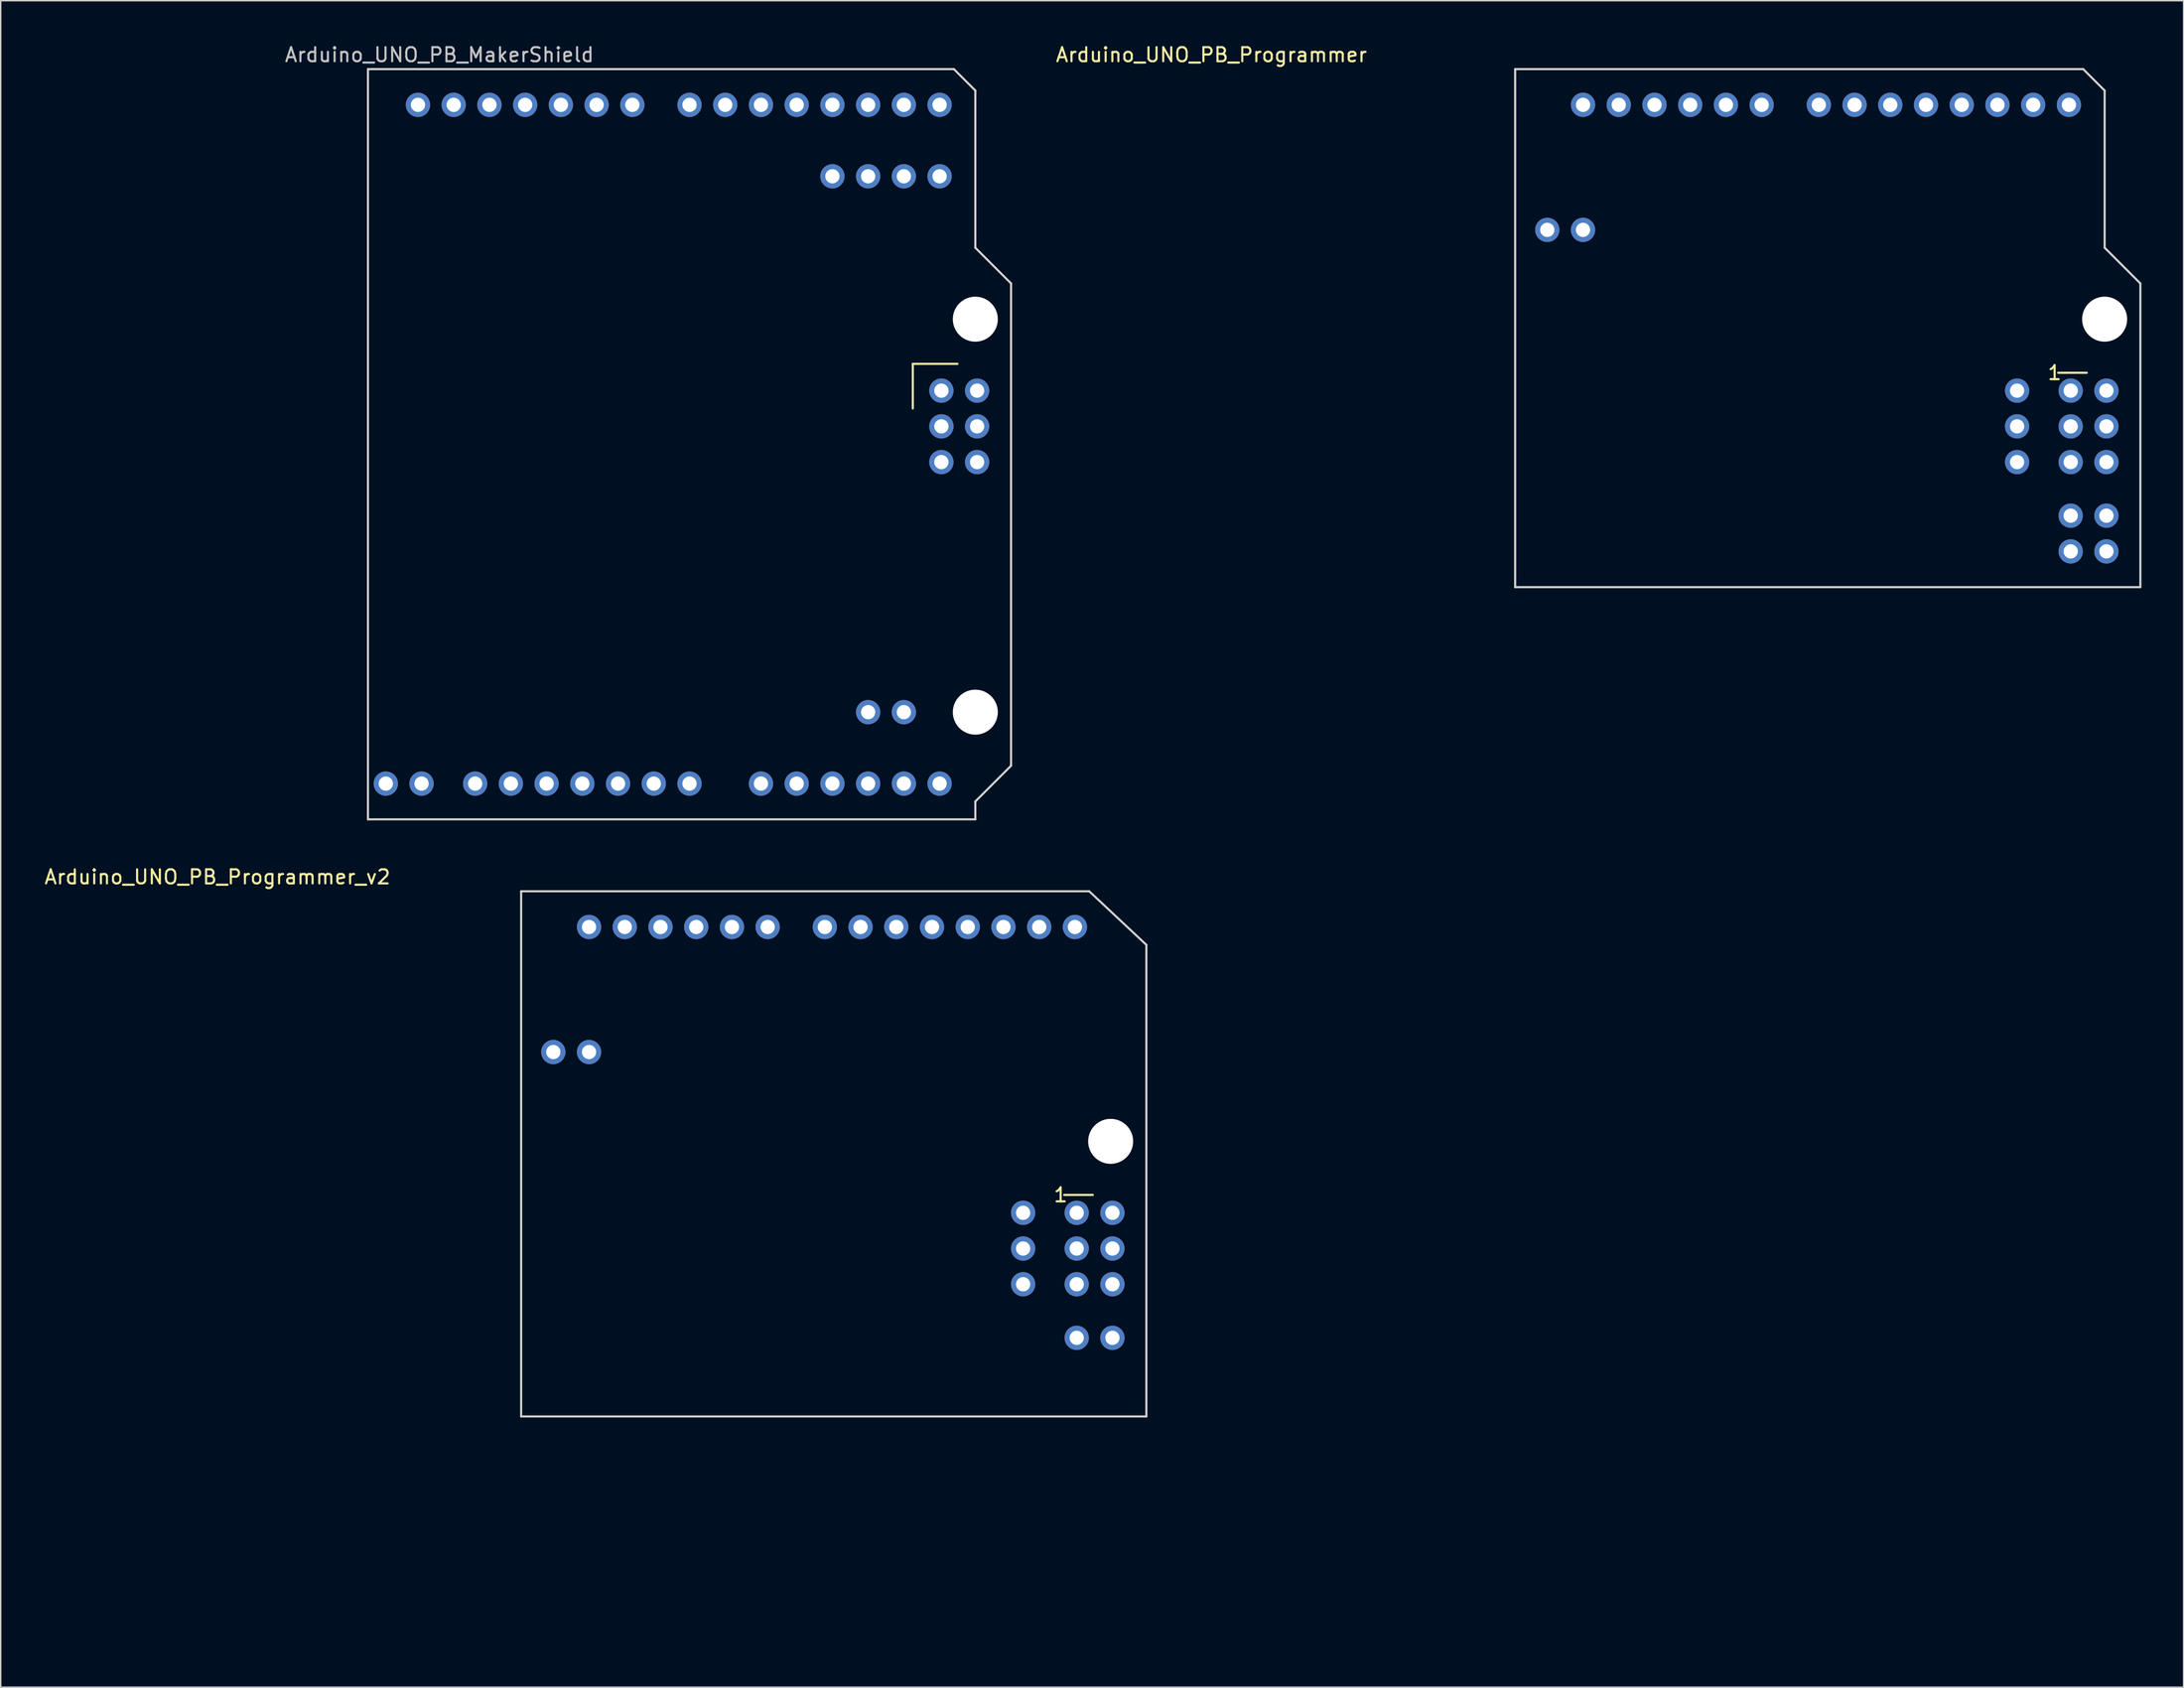
<source format=kicad_pcb>
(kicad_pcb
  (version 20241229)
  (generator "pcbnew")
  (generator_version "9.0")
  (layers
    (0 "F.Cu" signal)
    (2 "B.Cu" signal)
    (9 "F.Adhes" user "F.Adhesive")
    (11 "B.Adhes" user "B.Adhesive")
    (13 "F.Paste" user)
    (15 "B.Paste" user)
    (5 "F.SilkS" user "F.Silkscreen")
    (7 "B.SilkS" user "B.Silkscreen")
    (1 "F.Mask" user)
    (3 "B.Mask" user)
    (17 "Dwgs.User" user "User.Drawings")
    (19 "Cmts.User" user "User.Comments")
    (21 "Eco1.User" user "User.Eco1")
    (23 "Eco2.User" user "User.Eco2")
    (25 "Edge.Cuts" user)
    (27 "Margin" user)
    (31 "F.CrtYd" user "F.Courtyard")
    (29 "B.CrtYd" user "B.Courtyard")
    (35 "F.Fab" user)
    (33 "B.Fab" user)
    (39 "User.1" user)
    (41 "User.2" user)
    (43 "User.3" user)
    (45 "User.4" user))
  (footprint "Arduino_UNO_PB_Programmer_v2"
    (layer "F.Cu")
    (at 9.871 113.659)
    (property "Reference" "Arduino_UNO_PB_Programmer_v2" (at 2.54 -54.356 0) (layer "F.SilkS") (effects (font (size 1 1) (thickness 0.15))))
    (attr through_hole)
    (fp_line (start 62.738 -31.75) (end 64.77 -31.75) (stroke (width 0.15) (type solid)) (layer "F.SilkS"))
    (fp_line (start 24.13 -53.34) (end 64.516 -53.34) (stroke (width 0.15) (type solid)) (layer "Edge.Cuts"))
    (fp_line (start 24.13 -16.002) (end 24.13 -53.34) (stroke (width 0.15) (type solid)) (layer "Edge.Cuts"))
    (fp_line (start 24.13 -16.002) (end 68.58 -16.002) (stroke (width 0.15) (type solid)) (layer "Edge.Cuts"))
    (fp_line (start 64.516 -53.34) (end 68.58 -49.53) (stroke (width 0.15) (type solid)) (layer "Edge.Cuts"))
    (fp_line (start 68.58 -16.002) (end 68.58 -49.53) (stroke (width 0.15) (type solid)) (layer "Edge.Cuts"))
    (fp_text user "1" (at 62.484 -31.75 0) (layer "F.SilkS") (effects (font (size 1 1) (thickness 0.15))))
    (pad "" thru_hole oval (at 59.817 -27.94) (size 1.727 1.727) (drill 1.016) (layers "*.Cu" "*.Mask"))
    (pad "" np_thru_hole circle (at 66.04 -35.56) (size 3.2 3.2) (drill 3.2) (layers "*.Cu" "*.Mask"))
    (pad "3V3" thru_hole oval (at 66.167 -21.59) (size 1.727 1.727) (drill 1.016) (layers "*.Cu" "*.Mask"))
    (pad "D0" thru_hole oval (at 63.5 -50.8) (size 1.727 1.727) (drill 1.016) (layers "*.Cu" "*.Mask"))
    (pad "D1" thru_hole oval (at 60.96 -50.8) (size 1.727 1.727) (drill 1.016) (layers "*.Cu" "*.Mask"))
    (pad "D2" thru_hole oval (at 58.42 -50.8) (size 1.727 1.727) (drill 1.016) (layers "*.Cu" "*.Mask"))
    (pad "D3" thru_hole oval (at 55.88 -50.8) (size 1.727 1.727) (drill 1.016) (layers "*.Cu" "*.Mask"))
    (pad "D4" thru_hole oval (at 53.34 -50.8) (size 1.727 1.727) (drill 1.016) (layers "*.Cu" "*.Mask"))
    (pad "D5" thru_hole oval (at 50.8 -50.8) (size 1.727 1.727) (drill 1.016) (layers "*.Cu" "*.Mask"))
    (pad "D6" thru_hole oval (at 48.26 -50.8) (size 1.727 1.727) (drill 1.016) (layers "*.Cu" "*.Mask"))
    (pad "D7" thru_hole oval (at 45.72 -50.8) (size 1.727 1.727) (drill 1.016) (layers "*.Cu" "*.Mask"))
    (pad "D8" thru_hole oval (at 41.656 -50.8) (size 1.727 1.727) (drill 1.016) (layers "*.Cu" "*.Mask"))
    (pad "D9" thru_hole oval (at 39.116 -50.8) (size 1.727 1.727) (drill 1.016) (layers "*.Cu" "*.Mask"))
    (pad "D10" thru_hole oval (at 36.576 -50.8) (size 1.727 1.727) (drill 1.016) (layers "*.Cu" "*.Mask"))
    (pad "D11" thru_hole oval (at 34.036 -50.8) (size 1.727 1.727) (drill 1.016) (layers "*.Cu" "*.Mask"))
    (pad "D12" thru_hole oval (at 31.496 -50.8) (size 1.727 1.727) (drill 1.016) (layers "*.Cu" "*.Mask"))
    (pad "D13" thru_hole oval (at 28.956 -50.8) (size 1.727 1.727) (drill 1.016) (layers "*.Cu" "*.Mask"))
    (pad "DTR" thru_hole oval (at 26.416 -41.91) (size 1.727 1.727) (drill 1.016) (layers "*.Cu" "*.Mask"))
    (pad "GND" thru_hole oval (at 63.627 -21.59) (size 1.727 1.727) (drill 1.016) (layers "*.Cu" "*.Mask"))
    (pad "GND" thru_hole oval (at 66.167 -25.4) (size 1.727 1.727) (drill 1.016) (layers "*.Cu" "*.Mask"))
    (pad "MISO" thru_hole oval (at 63.627 -30.48) (size 1.727 1.727) (drill 1.016) (layers "*.Cu" "*.Mask"))
    (pad "MOSI" thru_hole oval (at 66.167 -27.94) (size 1.727 1.727) (drill 1.016) (layers "*.Cu" "*.Mask"))
    (pad "RST" thru_hole oval (at 59.817 -25.4) (size 1.727 1.727) (drill 1.016) (layers "*.Cu" "*.Mask"))
    (pad "RST_OUT" thru_hole oval (at 59.817 -30.48) (size 1.727 1.727) (drill 1.016) (layers "*.Cu" "*.Mask"))
    (pad "RST_OUT" thru_hole oval (at 63.627 -25.4) (size 1.727 1.727) (drill 1.016) (layers "*.Cu" "*.Mask"))
    (pad "RTS" thru_hole oval (at 28.956 -41.91) (size 1.727 1.727) (drill 1.016) (layers "*.Cu" "*.Mask"))
    (pad "SCK" thru_hole oval (at 63.627 -27.94) (size 1.727 1.727) (drill 1.016) (layers "*.Cu" "*.Mask"))
    (pad "VCC" thru_hole oval (at 66.167 -30.48) (size 1.727 1.727) (drill 1.016) (layers "*.Cu" "*.Mask")))
  (footprint "Arduino_UNO_PB_Programmer"
    (layer "F.Cu")
    (at 80.538 55.204)
    (property "Reference" "Arduino_UNO_PB_Programmer" (at 2.54 -54.356 0) (layer "F.SilkS") (effects (font (size 1 1) (thickness 0.15))))
    (attr through_hole)
    (fp_line (start 62.738 -31.75) (end 64.77 -31.75) (stroke (width 0.15) (type solid)) (layer "F.SilkS"))
    (fp_line (start 24.13 -53.34) (end 64.516 -53.34) (stroke (width 0.15) (type solid)) (layer "Edge.Cuts"))
    (fp_line (start 24.13 -16.51) (end 24.13 -53.34) (stroke (width 0.15) (type solid)) (layer "Edge.Cuts"))
    (fp_line (start 24.13 -16.51) (end 68.58 -16.51) (stroke (width 0.15) (type solid)) (layer "Edge.Cuts"))
    (fp_line (start 64.516 -53.34) (end 66.04 -51.816) (stroke (width 0.15) (type solid)) (layer "Edge.Cuts"))
    (fp_line (start 66.04 -40.64) (end 66.04 -51.816) (stroke (width 0.15) (type solid)) (layer "Edge.Cuts"))
    (fp_line (start 68.58 -38.1) (end 66.04 -40.64) (stroke (width 0.15) (type solid)) (layer "Edge.Cuts"))
    (fp_line (start 68.58 -16.51) (end 68.58 -38.1) (stroke (width 0.15) (type solid)) (layer "Edge.Cuts"))
    (fp_text user "1" (at 62.484 -31.75 0) (layer "F.SilkS") (effects (font (size 1 1) (thickness 0.15))))
    (pad "" thru_hole oval (at 59.817 -27.94) (size 1.727 1.727) (drill 1.016) (layers "*.Cu" "*.Mask"))
    (pad "" thru_hole oval (at 63.627 -19.05) (size 1.727 1.727) (drill 1.016) (layers "*.Cu" "*.Mask"))
    (pad "" np_thru_hole circle (at 66.04 -35.56) (size 3.2 3.2) (drill 3.2) (layers "*.Cu" "*.Mask"))
    (pad "" thru_hole oval (at 66.167 -19.05) (size 1.727 1.727) (drill 1.016) (layers "*.Cu" "*.Mask"))
    (pad "3V3" thru_hole oval (at 66.167 -21.59) (size 1.727 1.727) (drill 1.016) (layers "*.Cu" "*.Mask"))
    (pad "D0" thru_hole oval (at 63.5 -50.8) (size 1.727 1.727) (drill 1.016) (layers "*.Cu" "*.Mask"))
    (pad "D1" thru_hole oval (at 60.96 -50.8) (size 1.727 1.727) (drill 1.016) (layers "*.Cu" "*.Mask"))
    (pad "D2" thru_hole oval (at 58.42 -50.8) (size 1.727 1.727) (drill 1.016) (layers "*.Cu" "*.Mask"))
    (pad "D3" thru_hole oval (at 55.88 -50.8) (size 1.727 1.727) (drill 1.016) (layers "*.Cu" "*.Mask"))
    (pad "D4" thru_hole oval (at 53.34 -50.8) (size 1.727 1.727) (drill 1.016) (layers "*.Cu" "*.Mask"))
    (pad "D5" thru_hole oval (at 50.8 -50.8) (size 1.727 1.727) (drill 1.016) (layers "*.Cu" "*.Mask"))
    (pad "D6" thru_hole oval (at 48.26 -50.8) (size 1.727 1.727) (drill 1.016) (layers "*.Cu" "*.Mask"))
    (pad "D7" thru_hole oval (at 45.72 -50.8) (size 1.727 1.727) (drill 1.016) (layers "*.Cu" "*.Mask"))
    (pad "D8" thru_hole oval (at 41.656 -50.8) (size 1.727 1.727) (drill 1.016) (layers "*.Cu" "*.Mask"))
    (pad "D9" thru_hole oval (at 39.116 -50.8) (size 1.727 1.727) (drill 1.016) (layers "*.Cu" "*.Mask"))
    (pad "D10" thru_hole oval (at 36.576 -50.8) (size 1.727 1.727) (drill 1.016) (layers "*.Cu" "*.Mask"))
    (pad "D11" thru_hole oval (at 34.036 -50.8) (size 1.727 1.727) (drill 1.016) (layers "*.Cu" "*.Mask"))
    (pad "D12" thru_hole oval (at 31.496 -50.8) (size 1.727 1.727) (drill 1.016) (layers "*.Cu" "*.Mask"))
    (pad "D13" thru_hole oval (at 28.956 -50.8) (size 1.727 1.727) (drill 1.016) (layers "*.Cu" "*.Mask"))
    (pad "DTR" thru_hole oval (at 26.416 -41.91) (size 1.727 1.727) (drill 1.016) (layers "*.Cu" "*.Mask"))
    (pad "GND" thru_hole oval (at 63.627 -21.59) (size 1.727 1.727) (drill 1.016) (layers "*.Cu" "*.Mask"))
    (pad "GND" thru_hole oval (at 66.167 -25.4) (size 1.727 1.727) (drill 1.016) (layers "*.Cu" "*.Mask"))
    (pad "MISO" thru_hole oval (at 63.627 -30.48) (size 1.727 1.727) (drill 1.016) (layers "*.Cu" "*.Mask"))
    (pad "MOSI" thru_hole oval (at 66.167 -27.94) (size 1.727 1.727) (drill 1.016) (layers "*.Cu" "*.Mask"))
    (pad "RST" thru_hole oval (at 59.817 -25.4) (size 1.727 1.727) (drill 1.016) (layers "*.Cu" "*.Mask"))
    (pad "RST_OUT" thru_hole oval (at 59.817 -30.48) (size 1.727 1.727) (drill 1.016) (layers "*.Cu" "*.Mask"))
    (pad "RST_OUT" thru_hole oval (at 63.627 -25.4) (size 1.727 1.727) (drill 1.016) (layers "*.Cu" "*.Mask"))
    (pad "RTS" thru_hole oval (at 28.956 -41.91) (size 1.727 1.727) (drill 1.016) (layers "*.Cu" "*.Mask"))
    (pad "SCK" thru_hole oval (at 63.627 -27.94) (size 1.727 1.727) (drill 1.016) (layers "*.Cu" "*.Mask"))
    (pad "VCC" thru_hole oval (at 66.167 -30.48) (size 1.727 1.727) (drill 1.016) (layers "*.Cu" "*.Mask")))
  (footprint "Arduino_UNO_PB_MakerShield"
    (layer "F.Cu")
    (at 0.25 55.204)
    (property "Reference" "Arduino_UNO_PB_MakerShield" (at 27.94 -54.356 0) (layer "Dwgs.User") (effects (font (size 1 1) (thickness 0.15))))
    (attr through_hole)
    (fp_line (start 61.595 -32.385) (end 61.595 -29.21) (stroke (width 0.15) (type solid)) (layer "F.SilkS"))
    (fp_line (start 61.595 -32.385) (end 64.77 -32.385) (stroke (width 0.15) (type solid)) (layer "F.SilkS"))
    (fp_line (start 22.86 -53.34) (end 64.516 -53.34) (stroke (width 0.15) (type solid)) (layer "Edge.Cuts"))
    (fp_line (start 22.86 0) (end 22.86 -53.34) (stroke (width 0.15) (type solid)) (layer "Edge.Cuts"))
    (fp_line (start 22.86 0) (end 66.04 0) (stroke (width 0.15) (type solid)) (layer "Edge.Cuts"))
    (fp_line (start 64.516 -53.34) (end 66.04 -51.816) (stroke (width 0.15) (type solid)) (layer "Edge.Cuts"))
    (fp_line (start 66.04 -40.64) (end 66.04 -51.816) (stroke (width 0.15) (type solid)) (layer "Edge.Cuts"))
    (fp_line (start 66.04 -1.27) (end 68.58 -3.81) (stroke (width 0.15) (type solid)) (layer "Edge.Cuts"))
    (fp_line (start 66.04 0) (end 66.04 -1.27) (stroke (width 0.15) (type solid)) (layer "Edge.Cuts"))
    (fp_line (start 68.58 -38.1) (end 66.04 -40.64) (stroke (width 0.15) (type solid)) (layer "Edge.Cuts"))
    (fp_line (start 68.58 -3.81) (end 68.58 -38.1) (stroke (width 0.15) (type solid)) (layer "Edge.Cuts"))
    (pad "" np_thru_hole circle (at 66.04 -35.56) (size 3.2 3.2) (drill 3.2) (layers "*.Cu" "*.Mask"))
    (pad "" np_thru_hole circle (at 66.04 -7.62) (size 3.2 3.2) (drill 3.2) (layers "*.Cu" "*.Mask"))
    (pad "3V3" thru_hole oval (at 35.56 -2.54) (size 1.727 1.727) (drill 1.016) (layers "*.Cu" "*.Mask"))
    (pad "5V" thru_hole oval (at 26.67 -2.54) (size 1.727 1.727) (drill 1.016) (layers "*.Cu" "*.Mask"))
    (pad "5V" thru_hole oval (at 30.48 -2.54) (size 1.727 1.727) (drill 1.016) (layers "*.Cu" "*.Mask"))
    (pad "5V" thru_hole oval (at 66.167 -30.48) (size 1.727 1.727) (drill 1.016) (layers "*.Cu" "*.Mask"))
    (pad "D0" thru_hole oval (at 63.5 -50.8) (size 1.727 1.727) (drill 1.016) (layers "*.Cu" "*.Mask"))
    (pad "D1" thru_hole oval (at 60.96 -50.8) (size 1.727 1.727) (drill 1.016) (layers "*.Cu" "*.Mask"))
    (pad "D2" thru_hole oval (at 58.42 -50.8) (size 1.727 1.727) (drill 1.016) (layers "*.Cu" "*.Mask"))
    (pad "D3" thru_hole oval (at 55.88 -50.8) (size 1.727 1.727) (drill 1.016) (layers "*.Cu" "*.Mask"))
    (pad "D4" thru_hole oval (at 53.34 -50.8) (size 1.727 1.727) (drill 1.016) (layers "*.Cu" "*.Mask"))
    (pad "D5" thru_hole oval (at 50.8 -50.8) (size 1.727 1.727) (drill 1.016) (layers "*.Cu" "*.Mask"))
    (pad "D6" thru_hole oval (at 48.26 -50.8) (size 1.727 1.727) (drill 1.016) (layers "*.Cu" "*.Mask"))
    (pad "D7" thru_hole oval (at 45.72 -50.8) (size 1.727 1.727) (drill 1.016) (layers "*.Cu" "*.Mask"))
    (pad "D8" thru_hole oval (at 41.656 -50.8) (size 1.727 1.727) (drill 1.016) (layers "*.Cu" "*.Mask"))
    (pad "D9" thru_hole oval (at 39.116 -50.8) (size 1.727 1.727) (drill 1.016) (layers "*.Cu" "*.Mask"))
    (pad "D10" thru_hole oval (at 36.576 -50.8) (size 1.727 1.727) (drill 1.016) (layers "*.Cu" "*.Mask"))
    (pad "D11" thru_hole oval (at 34.036 -50.8) (size 1.727 1.727) (drill 1.016) (layers "*.Cu" "*.Mask"))
    (pad "D12" thru_hole oval (at 31.496 -50.8) (size 1.727 1.727) (drill 1.016) (layers "*.Cu" "*.Mask"))
    (pad "D13" thru_hole oval (at 28.956 -50.8) (size 1.727 1.727) (drill 1.016) (layers "*.Cu" "*.Mask"))
    (pad "D14" thru_hole oval (at 50.8 -2.54) (size 1.727 1.727) (drill 1.016) (layers "*.Cu" "*.Mask"))
    (pad "D15" thru_hole oval (at 53.34 -2.54) (size 1.727 1.727) (drill 1.016) (layers "*.Cu" "*.Mask"))
    (pad "D16" thru_hole oval (at 55.88 -2.54) (size 1.727 1.727) (drill 1.016) (layers "*.Cu" "*.Mask"))
    (pad "D17" thru_hole oval (at 58.42 -2.54) (size 1.727 1.727) (drill 1.016) (layers "*.Cu" "*.Mask"))
    (pad "D18" thru_hole oval (at 60.96 -2.54) (size 1.727 1.727) (drill 1.016) (layers "*.Cu" "*.Mask"))
    (pad "D19" thru_hole oval (at 63.5 -2.54) (size 1.727 1.727) (drill 1.016) (layers "*.Cu" "*.Mask"))
    (pad "D20" thru_hole oval (at 63.5 -45.72) (size 1.727 1.727) (drill 1.016) (layers "*.Cu" "*.Mask"))
    (pad "D21" thru_hole oval (at 60.96 -45.72) (size 1.727 1.727) (drill 1.016) (layers "*.Cu" "*.Mask"))
    (pad "D23" thru_hole oval (at 58.42 -45.72) (size 1.727 1.727) (drill 1.016) (layers "*.Cu" "*.Mask"))
    (pad "D24" thru_hole oval (at 55.88 -45.72) (size 1.727 1.727) (drill 1.016) (layers "*.Cu" "*.Mask"))
    (pad "D25" thru_hole oval (at 58.42 -7.62) (size 1.727 1.727) (drill 1.016) (layers "*.Cu" "*.Mask"))
    (pad "D26" thru_hole oval (at 60.96 -7.62) (size 1.727 1.727) (drill 1.016) (layers "*.Cu" "*.Mask"))
    (pad "GND" thru_hole oval (at 26.416 -50.8) (size 1.727 1.727) (drill 1.016) (layers "*.Cu" "*.Mask"))
    (pad "GND" thru_hole oval (at 40.64 -2.54) (size 1.727 1.727) (drill 1.016) (layers "*.Cu" "*.Mask"))
    (pad "GND" thru_hole oval (at 43.18 -2.54) (size 1.727 1.727) (drill 1.016) (layers "*.Cu" "*.Mask"))
    (pad "GND" thru_hole oval (at 66.167 -25.4) (size 1.727 1.727) (drill 1.016) (layers "*.Cu" "*.Mask"))
    (pad "LED" thru_hole oval (at 24.13 -2.54) (size 1.727 1.727) (drill 1.016) (layers "*.Cu" "*.Mask"))
    (pad "MISO" thru_hole oval (at 63.627 -30.48) (size 1.727 1.727) (drill 1.016) (layers "*.Cu" "*.Mask"))
    (pad "MOSI" thru_hole oval (at 66.167 -27.94) (size 1.727 1.727) (drill 1.016) (layers "*.Cu" "*.Mask"))
    (pad "RST" thru_hole oval (at 33.02 -2.54) (size 1.727 1.727) (drill 1.016) (layers "*.Cu" "*.Mask"))
    (pad "SCK" thru_hole oval (at 63.627 -27.94) (size 1.727 1.727) (drill 1.016) (layers "*.Cu" "*.Mask"))
    (pad "SPI_RESET" thru_hole oval (at 63.627 -25.4) (size 1.727 1.727) (drill 1.016) (layers "*.Cu" "*.Mask"))
    (pad "VCC" thru_hole oval (at 38.1 -2.54) (size 1.727 1.727) (drill 1.016) (layers "*.Cu" "*.Mask"))
    (pad "VIN" thru_hole oval (at 45.72 -2.54) (size 1.727 1.727) (drill 1.016) (layers "*.Cu" "*.Mask")))
  (gr_rect
    (start -3 -3)
    (end 152.193 116.909)
    (stroke (width 0.1) (type default))
    (fill no)
    (layer "Edge.Cuts")))
</source>
